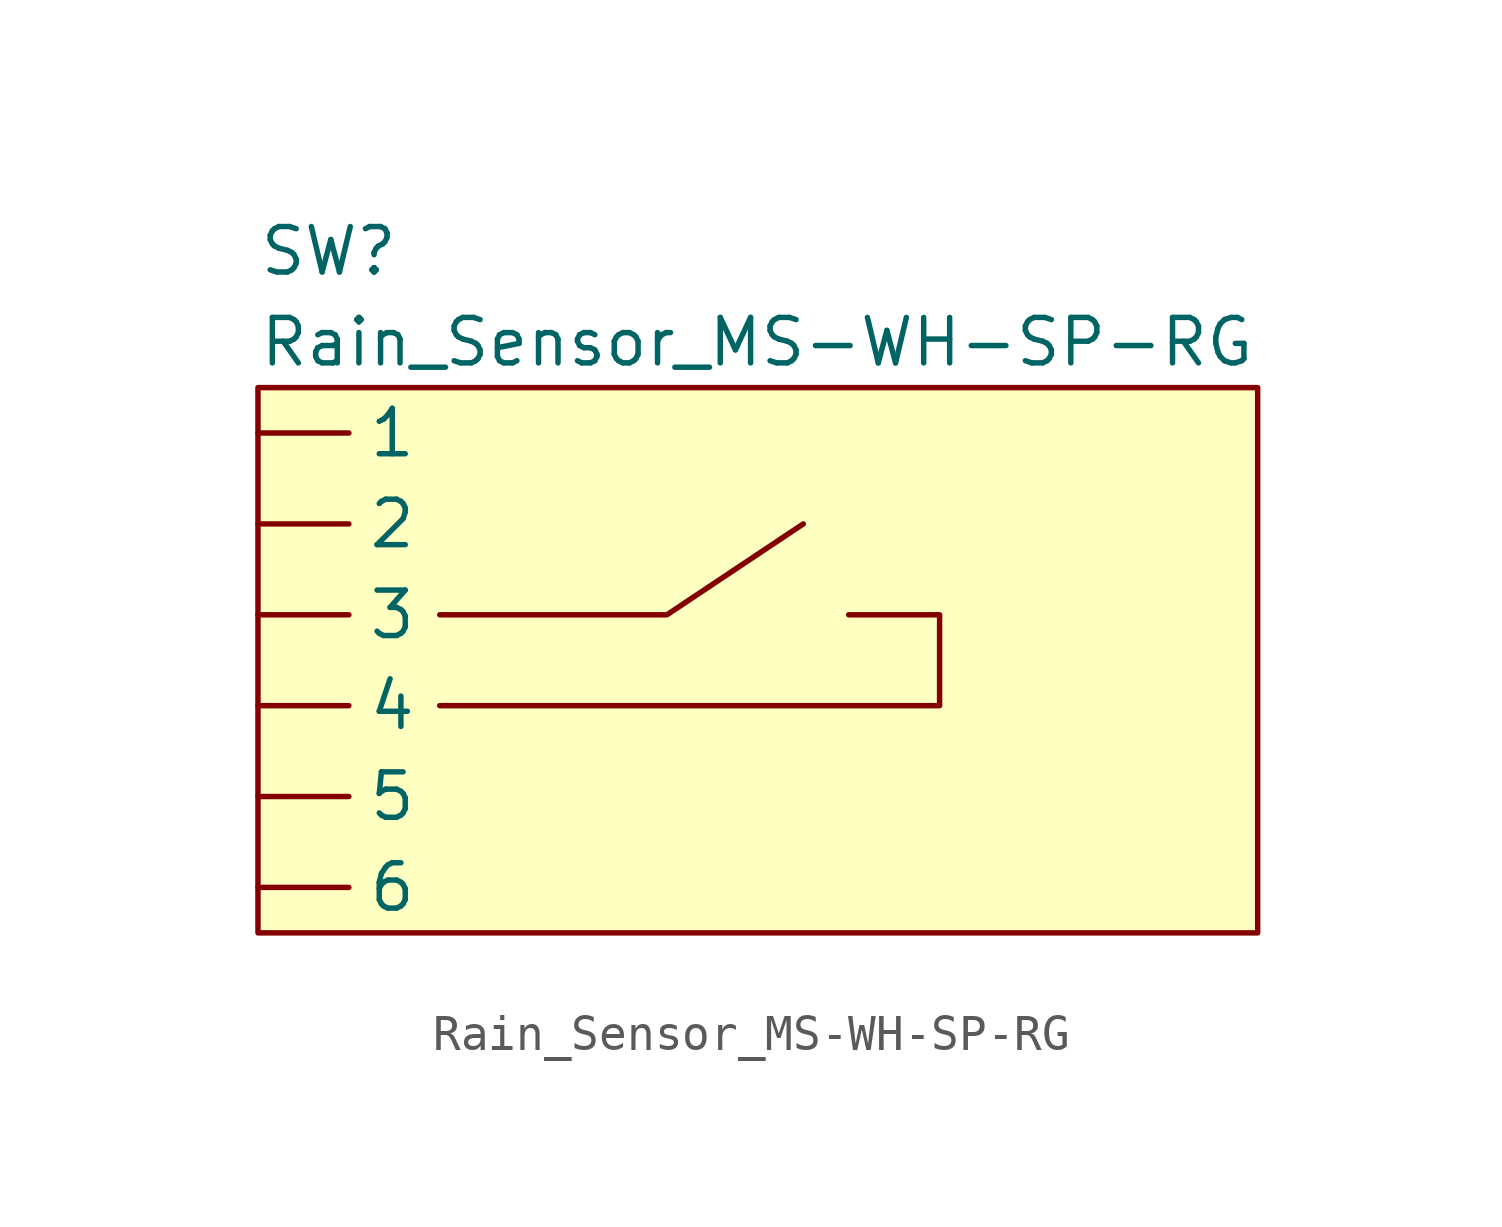
<source format=kicad_sym>
(kicad_symbol_lib
  (version 20211014)
  (generator kicad_symbol_editor)
  (symbol "Rain_Sensor_MS-WH-SP-RG"
    (property "Reference" "SW"
      (at 0 3.81 0)
      (effects (font (size 1.27 1.27)) (justify left)))
    (property "Value" "Rain_Sensor_MS-WH-SP-RG"
      (at 0 1.27 0)
      (effects (font (size 1.27 1.27)) (justify left)))
    (symbol "Rain_Sensor_MS-WH-SP-RG_0_1"
      (polyline (pts (xy 5.08 -8.89) (xy 19.05 -8.89) (xy 19.05 -6.35) (xy 16.51 -6.35)) (stroke (width 0) (type default) (color 0 0 0 0)) (fill (type none)))
      (polyline (pts (xy 5.08 -6.35) (xy 11.43 -6.35) (xy 15.24 -3.81) (xy 15.24 -3.81)) (stroke (width 0) (type default) (color 0 0 0 0)) (fill (type none)))
      (rectangle (start 0 0) (end 27.94 -15.24) (stroke (width 0) (type default) (color 0 0 0 0)) (fill (type background))))
    (symbol "Rain_Sensor_MS-WH-SP-RG_1_1"
      (pin input line (at 0 -1.27 0) (length 2.54) (name "1" (effects (font (size 1.27 1.27)))) (number "" (effects (font (size 1.27 1.27)))))
      (pin input line (at 0 -3.81 0) (length 2.54) (name "2" (effects (font (size 1.27 1.27)))) (number "" (effects (font (size 1.27 1.27)))))
      (pin input line (at 0 -6.35 0) (length 2.54) (name "3" (effects (font (size 1.27 1.27)))) (number "" (effects (font (size 1.27 1.27)))))
      (pin input line (at 0 -8.89 0) (length 2.54) (name "4" (effects (font (size 1.27 1.27)))) (number "" (effects (font (size 1.27 1.27)))))
      (pin input line (at 0 -11.43 0) (length 2.54) (name "5" (effects (font (size 1.27 1.27)))) (number "" (effects (font (size 1.27 1.27)))))
      (pin input line (at 0 -13.97 0) (length 2.54) (name "6" (effects (font (size 1.27 1.27)))) (number "" (effects (font (size 1.27 1.27))))))))
</source>
